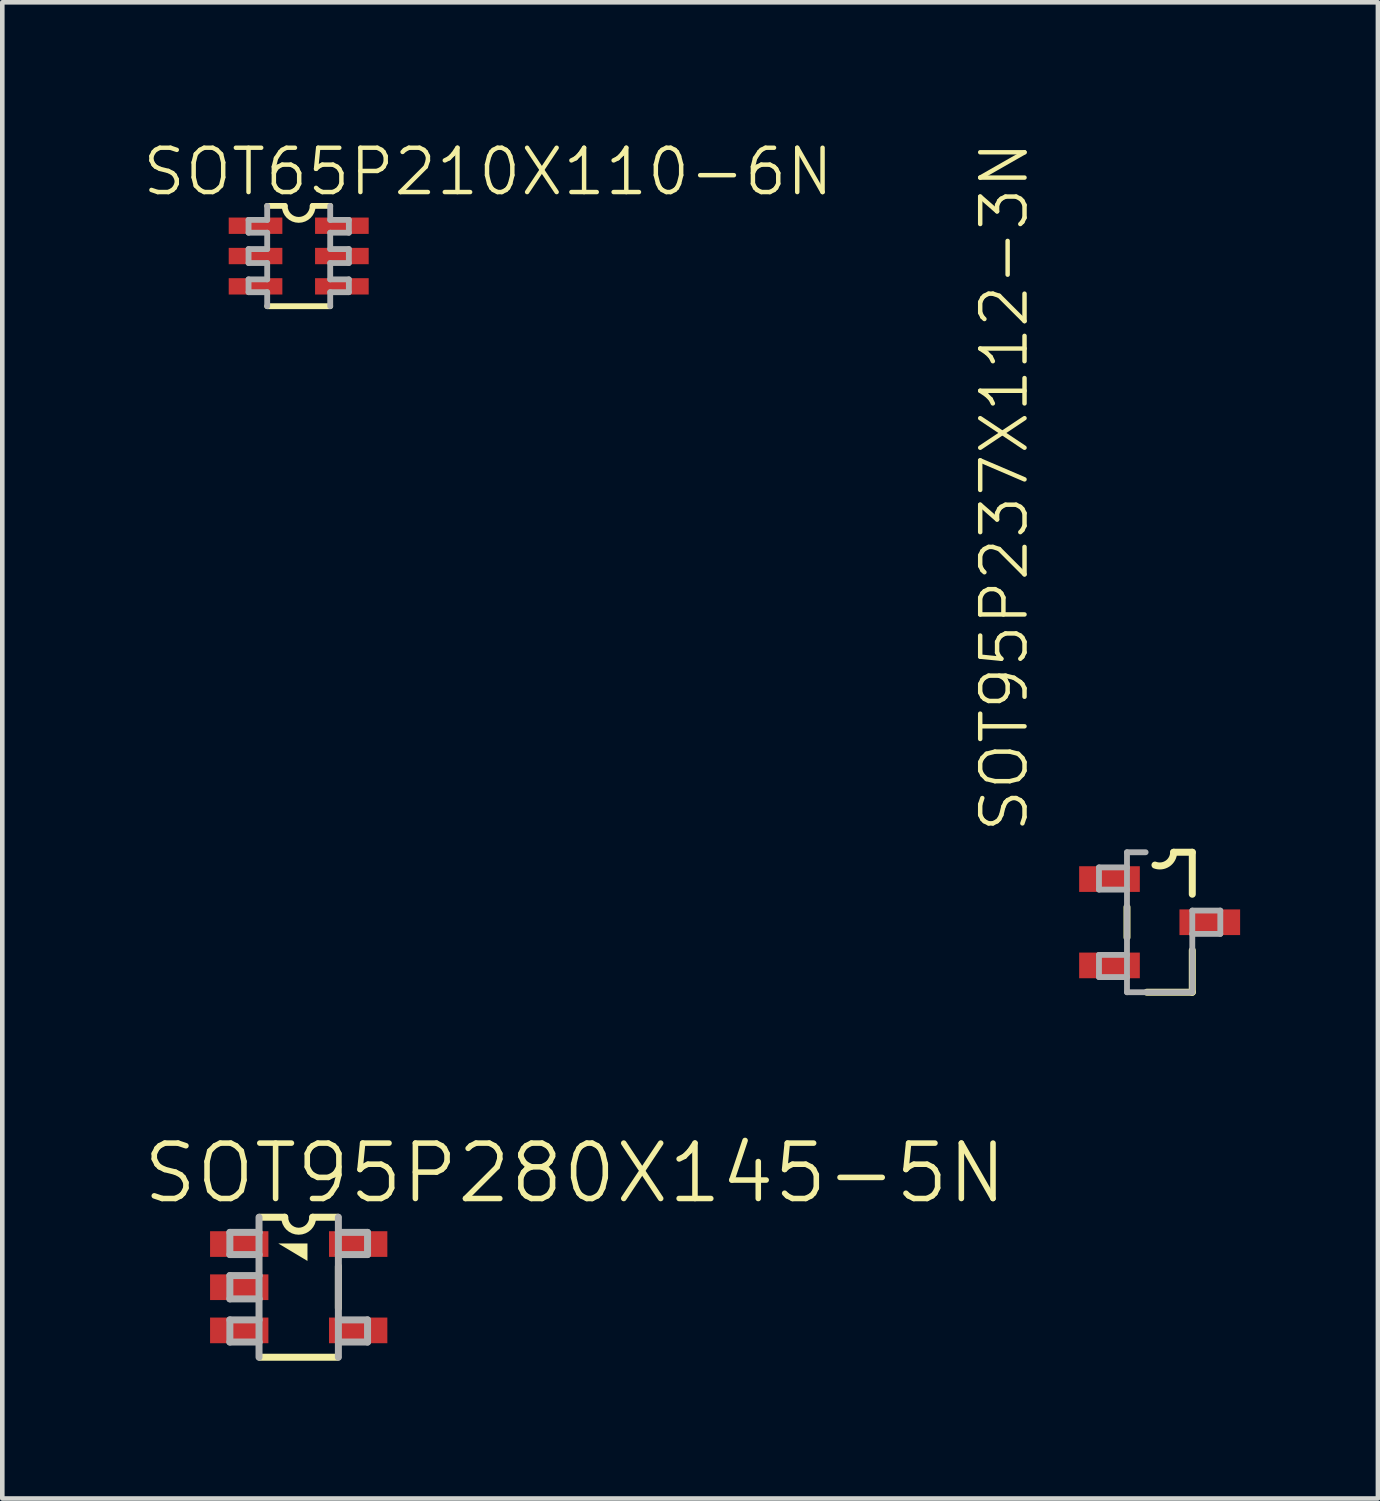
<source format=kicad_pcb>
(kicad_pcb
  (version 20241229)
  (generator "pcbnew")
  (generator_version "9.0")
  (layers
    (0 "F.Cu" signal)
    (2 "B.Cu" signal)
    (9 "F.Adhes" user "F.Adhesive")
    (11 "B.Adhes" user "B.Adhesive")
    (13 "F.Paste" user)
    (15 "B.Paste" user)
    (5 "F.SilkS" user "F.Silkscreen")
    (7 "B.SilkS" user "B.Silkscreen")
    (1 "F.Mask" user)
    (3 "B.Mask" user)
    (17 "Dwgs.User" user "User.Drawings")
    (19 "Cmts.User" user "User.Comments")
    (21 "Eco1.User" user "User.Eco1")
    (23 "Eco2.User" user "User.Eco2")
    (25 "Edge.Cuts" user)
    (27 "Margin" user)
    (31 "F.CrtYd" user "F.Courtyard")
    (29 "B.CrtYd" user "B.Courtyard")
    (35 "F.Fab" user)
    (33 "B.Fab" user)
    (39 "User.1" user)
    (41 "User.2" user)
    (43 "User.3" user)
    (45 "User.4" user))
  (footprint "SOT95P280X145-5N"
    (layer "F.Cu")
    (at 3.454 24.978)
    (property "Reference" "SOT95P280X145-5N" (at -3.454 -1.778 0) (layer "F.SilkS") (effects (font (size 1.206 1.206) (thickness 0.121)) (justify left bottom)))
    (attr through_hole)
    (fp_line (start -0.851 1.524) (end 0.851 1.524) (stroke (width 0.152) (type solid)) (layer "F.SilkS"))
    (fp_line (start -0.305 -1.524) (end -0.851 -1.524) (stroke (width 0.152) (type solid)) (layer "F.SilkS"))
    (fp_line (start 0.851 -1.524) (end 0.305 -1.524) (stroke (width 0.152) (type solid)) (layer "F.SilkS"))
    (fp_line (start 0.864 0.457) (end 0.864 -0.457) (stroke (width 0.152) (type solid)) (layer "F.SilkS"))
    (fp_arc (start 0.3048 -1.524) (mid 0 -1.2192) (end -0.3048 -1.524) (stroke (width 0.1524) (type solid)) (layer "F.SilkS"))
    (fp_poly (pts (xy -0.445 -0.953) (xy 0.191 -0.953) (xy 0.191 -0.572)) (stroke (width 0) (type solid)) (fill yes) (layer "F.SilkS"))
    (fp_line (start -1.499 -1.194) (end -1.499 -0.711) (stroke (width 0.152) (type solid)) (layer "F.Fab"))
    (fp_line (start -1.499 -0.711) (end -0.864 -0.711) (stroke (width 0.152) (type solid)) (layer "F.Fab"))
    (fp_line (start -1.499 -0.254) (end -1.499 0.254) (stroke (width 0.152) (type solid)) (layer "F.Fab"))
    (fp_line (start -1.499 0.254) (end -0.864 0.254) (stroke (width 0.152) (type solid)) (layer "F.Fab"))
    (fp_line (start -1.499 0.711) (end -1.499 1.194) (stroke (width 0.152) (type solid)) (layer "F.Fab"))
    (fp_line (start -1.499 1.194) (end -0.864 1.194) (stroke (width 0.152) (type solid)) (layer "F.Fab"))
    (fp_line (start -0.864 -1.524) (end -0.864 -1.194) (stroke (width 0.152) (type solid)) (layer "F.Fab"))
    (fp_line (start -0.864 -1.194) (end -1.499 -1.194) (stroke (width 0.152) (type solid)) (layer "F.Fab"))
    (fp_line (start -0.864 -1.194) (end -0.864 -0.711) (stroke (width 0.152) (type solid)) (layer "F.Fab"))
    (fp_line (start -0.864 -0.711) (end -0.864 -0.254) (stroke (width 0.152) (type solid)) (layer "F.Fab"))
    (fp_line (start -0.864 -0.254) (end -1.499 -0.254) (stroke (width 0.152) (type solid)) (layer "F.Fab"))
    (fp_line (start -0.864 -0.254) (end -0.864 0.254) (stroke (width 0.152) (type solid)) (layer "F.Fab"))
    (fp_line (start -0.864 0.254) (end -0.864 0.711) (stroke (width 0.152) (type solid)) (layer "F.Fab"))
    (fp_line (start -0.864 0.711) (end -1.499 0.711) (stroke (width 0.152) (type solid)) (layer "F.Fab"))
    (fp_line (start -0.864 1.194) (end -0.864 0.711) (stroke (width 0.152) (type solid)) (layer "F.Fab"))
    (fp_line (start -0.864 1.524) (end -0.864 1.194) (stroke (width 0.152) (type solid)) (layer "F.Fab"))
    (fp_line (start 0.864 -1.524) (end 0.864 -1.194) (stroke (width 0.152) (type solid)) (layer "F.Fab"))
    (fp_line (start 0.864 -1.194) (end 0.864 -0.711) (stroke (width 0.152) (type solid)) (layer "F.Fab"))
    (fp_line (start 0.864 -0.711) (end 1.499 -0.711) (stroke (width 0.152) (type solid)) (layer "F.Fab"))
    (fp_line (start 0.864 0.711) (end 0.864 -0.711) (stroke (width 0.152) (type solid)) (layer "F.Fab"))
    (fp_line (start 0.864 1.194) (end 0.864 0.711) (stroke (width 0.152) (type solid)) (layer "F.Fab"))
    (fp_line (start 0.864 1.194) (end 1.499 1.194) (stroke (width 0.152) (type solid)) (layer "F.Fab"))
    (fp_line (start 0.864 1.524) (end 0.864 1.194) (stroke (width 0.152) (type solid)) (layer "F.Fab"))
    (fp_line (start 1.499 -1.194) (end 0.864 -1.194) (stroke (width 0.152) (type solid)) (layer "F.Fab"))
    (fp_line (start 1.499 -0.711) (end 1.499 -1.194) (stroke (width 0.152) (type solid)) (layer "F.Fab"))
    (fp_line (start 1.499 0.711) (end 0.864 0.711) (stroke (width 0.152) (type solid)) (layer "F.Fab"))
    (fp_line (start 1.499 1.194) (end 1.499 0.711) (stroke (width 0.152) (type solid)) (layer "F.Fab"))
    (pad "1" smd rect (at -1.295 -0.94) (size 1.27 0.559) (layers "F.Cu" "F.Mask" "F.Paste"))
    (pad "2" smd rect (at -1.295 0) (size 1.27 0.559) (layers "F.Cu" "F.Mask" "F.Paste"))
    (pad "3" smd rect (at -1.295 0.94) (size 1.27 0.559) (layers "F.Cu" "F.Mask" "F.Paste"))
    (pad "4" smd rect (at 1.295 0.94) (size 1.27 0.559) (layers "F.Cu" "F.Mask" "F.Paste"))
    (pad "5" smd rect (at 1.295 -0.94) (size 1.27 0.559) (layers "F.Cu" "F.Mask" "F.Paste")))
  (footprint "SOT95P237X112-3N"
    (layer "F.Cu")
    (at 22.2 17.031)
    (property "Reference" "SOT95P237X112-3N" (at -2.819 -1.905 90) (layer "F.SilkS") (effects (font (size 0.965 0.965) (thickness 0.097)) (justify left bottom)))
    (attr through_hole)
    (fp_line (start -0.711 -0.33) (end -0.711 0.33) (stroke (width 0.152) (type solid)) (layer "F.SilkS"))
    (fp_line (start -0.279 1.524) (end 0.711 1.524) (stroke (width 0.152) (type solid)) (layer "F.SilkS"))
    (fp_line (start 0.711 -1.524) (end 0.305 -1.524) (stroke (width 0.152) (type solid)) (layer "F.SilkS"))
    (fp_line (start 0.711 -0.61) (end 0.711 -1.524) (stroke (width 0.152) (type solid)) (layer "F.SilkS"))
    (fp_line (start 0.711 1.524) (end 0.711 0.61) (stroke (width 0.152) (type solid)) (layer "F.SilkS"))
    (fp_arc (start 0.3048 -1.524) (mid 0.174323 -1.278521) (end -0.1016 -1.2446) (stroke (width 0.1524) (type solid)) (layer "F.SilkS"))
    (fp_line (start -1.321 -1.194) (end -1.321 -0.711) (stroke (width 0.127) (type solid)) (layer "F.Fab"))
    (fp_line (start -1.321 -0.711) (end -0.711 -0.711) (stroke (width 0.127) (type solid)) (layer "F.Fab"))
    (fp_line (start -1.321 0.711) (end -1.321 1.194) (stroke (width 0.127) (type solid)) (layer "F.Fab"))
    (fp_line (start -1.321 1.194) (end -0.711 1.194) (stroke (width 0.127) (type solid)) (layer "F.Fab"))
    (fp_line (start -0.711 -1.524) (end -0.711 -1.194) (stroke (width 0.127) (type solid)) (layer "F.Fab"))
    (fp_line (start -0.711 -1.194) (end -1.321 -1.194) (stroke (width 0.127) (type solid)) (layer "F.Fab"))
    (fp_line (start -0.711 -1.194) (end -0.711 -0.711) (stroke (width 0.127) (type solid)) (layer "F.Fab"))
    (fp_line (start -0.711 -0.711) (end -0.711 0.711) (stroke (width 0.127) (type solid)) (layer "F.Fab"))
    (fp_line (start -0.711 0.711) (end -1.321 0.711) (stroke (width 0.127) (type solid)) (layer "F.Fab"))
    (fp_line (start -0.711 1.194) (end -0.711 0.711) (stroke (width 0.127) (type solid)) (layer "F.Fab"))
    (fp_line (start -0.711 1.524) (end -0.711 1.194) (stroke (width 0.127) (type solid)) (layer "F.Fab"))
    (fp_line (start -0.711 1.524) (end 0.711 1.524) (stroke (width 0.127) (type solid)) (layer "F.Fab"))
    (fp_line (start -0.305 -1.524) (end -0.711 -1.524) (stroke (width 0.127) (type solid)) (layer "F.Fab"))
    (fp_line (start 0.711 0.254) (end 0.711 -0.254) (stroke (width 0.127) (type solid)) (layer "F.Fab"))
    (fp_line (start 0.711 0.254) (end 1.321 0.254) (stroke (width 0.127) (type solid)) (layer "F.Fab"))
    (fp_line (start 0.711 1.524) (end 0.711 0.254) (stroke (width 0.127) (type solid)) (layer "F.Fab"))
    (fp_line (start 1.321 -0.254) (end 0.711 -0.254) (stroke (width 0.127) (type solid)) (layer "F.Fab"))
    (fp_line (start 1.321 0.254) (end 1.321 -0.254) (stroke (width 0.127) (type solid)) (layer "F.Fab"))
    (pad "1" smd rect (at -1.092 -0.94) (size 1.321 0.559) (layers "F.Cu" "F.Mask" "F.Paste"))
    (pad "2" smd rect (at -1.092 0.94) (size 1.321 0.559) (layers "F.Cu" "F.Mask" "F.Paste"))
    (pad "3" smd rect (at 1.092 0) (size 1.321 0.559) (layers "F.Cu" "F.Mask" "F.Paste")))
  (footprint "SOT65P210X110-6N"
    (layer "F.Cu")
    (at 3.454 2.525)
    (property "Reference" "SOT65P210X110-6N" (at -3.454 -1.27 0) (layer "F.SilkS") (effects (font (size 0.965 0.965) (thickness 0.097)) (justify left bottom)))
    (attr through_hole)
    (fp_line (start -0.686 1.092) (end 0.686 1.092) (stroke (width 0.127) (type solid)) (layer "F.SilkS"))
    (fp_line (start -0.305 -1.092) (end -0.686 -1.092) (stroke (width 0.127) (type solid)) (layer "F.SilkS"))
    (fp_line (start 0.686 -1.092) (end 0.305 -1.092) (stroke (width 0.127) (type solid)) (layer "F.SilkS"))
    (fp_arc (start 0.3048 -1.0922) (mid 0 -0.7874) (end -0.3048 -1.0922) (stroke (width 0.127) (type solid)) (layer "F.SilkS"))
    (fp_line (start -1.092 -0.787) (end -1.092 -0.508) (stroke (width 0.127) (type solid)) (layer "F.Fab"))
    (fp_line (start -1.092 -0.508) (end -0.686 -0.508) (stroke (width 0.127) (type solid)) (layer "F.Fab"))
    (fp_line (start -1.092 -0.152) (end -1.092 0.152) (stroke (width 0.127) (type solid)) (layer "F.Fab"))
    (fp_line (start -1.092 0.152) (end -0.686 0.152) (stroke (width 0.127) (type solid)) (layer "F.Fab"))
    (fp_line (start -1.092 0.508) (end -1.092 0.787) (stroke (width 0.127) (type solid)) (layer "F.Fab"))
    (fp_line (start -1.092 0.787) (end -0.686 0.787) (stroke (width 0.127) (type solid)) (layer "F.Fab"))
    (fp_line (start -0.686 -1.092) (end -0.686 -0.787) (stroke (width 0.127) (type solid)) (layer "F.Fab"))
    (fp_line (start -0.686 -0.787) (end -1.092 -0.787) (stroke (width 0.127) (type solid)) (layer "F.Fab"))
    (fp_line (start -0.686 -0.508) (end -0.686 -0.152) (stroke (width 0.127) (type solid)) (layer "F.Fab"))
    (fp_line (start -0.686 -0.152) (end -1.092 -0.152) (stroke (width 0.127) (type solid)) (layer "F.Fab"))
    (fp_line (start -0.686 0.152) (end -0.686 0.508) (stroke (width 0.127) (type solid)) (layer "F.Fab"))
    (fp_line (start -0.686 0.508) (end -1.092 0.508) (stroke (width 0.127) (type solid)) (layer "F.Fab"))
    (fp_line (start -0.686 0.787) (end -0.686 1.092) (stroke (width 0.127) (type solid)) (layer "F.Fab"))
    (fp_line (start 0.686 -0.787) (end 0.686 -1.092) (stroke (width 0.127) (type solid)) (layer "F.Fab"))
    (fp_line (start 0.686 -0.508) (end 1.092 -0.508) (stroke (width 0.127) (type solid)) (layer "F.Fab"))
    (fp_line (start 0.686 -0.152) (end 0.686 -0.508) (stroke (width 0.127) (type solid)) (layer "F.Fab"))
    (fp_line (start 0.686 0.152) (end 1.092 0.152) (stroke (width 0.127) (type solid)) (layer "F.Fab"))
    (fp_line (start 0.686 0.508) (end 0.686 0.152) (stroke (width 0.127) (type solid)) (layer "F.Fab"))
    (fp_line (start 0.686 0.787) (end 1.092 0.787) (stroke (width 0.127) (type solid)) (layer "F.Fab"))
    (fp_line (start 0.686 1.092) (end 0.686 0.787) (stroke (width 0.127) (type solid)) (layer "F.Fab"))
    (fp_line (start 1.092 -0.787) (end 0.686 -0.787) (stroke (width 0.127) (type solid)) (layer "F.Fab"))
    (fp_line (start 1.092 -0.508) (end 1.092 -0.787) (stroke (width 0.127) (type solid)) (layer "F.Fab"))
    (fp_line (start 1.092 -0.152) (end 0.686 -0.152) (stroke (width 0.127) (type solid)) (layer "F.Fab"))
    (fp_line (start 1.092 0.152) (end 1.092 -0.152) (stroke (width 0.127) (type solid)) (layer "F.Fab"))
    (fp_line (start 1.092 0.508) (end 0.686 0.508) (stroke (width 0.127) (type solid)) (layer "F.Fab"))
    (fp_line (start 1.092 0.787) (end 1.092 0.508) (stroke (width 0.127) (type solid)) (layer "F.Fab"))
    (pad "1" smd rect (at -0.94 -0.66) (size 1.168 0.356) (layers "F.Cu" "F.Mask" "F.Paste"))
    (pad "2" smd rect (at -0.94 0) (size 1.168 0.356) (layers "F.Cu" "F.Mask" "F.Paste"))
    (pad "3" smd rect (at -0.94 0.66) (size 1.168 0.356) (layers "F.Cu" "F.Mask" "F.Paste"))
    (pad "4" smd rect (at 0.94 0.66) (size 1.168 0.356) (layers "F.Cu" "F.Mask" "F.Paste"))
    (pad "5" smd rect (at 0.94 0) (size 1.168 0.356) (layers "F.Cu" "F.Mask" "F.Paste"))
    (pad "6" smd rect (at 0.94 -0.66) (size 1.168 0.356) (layers "F.Cu" "F.Mask" "F.Paste")))
  (gr_rect
    (start -3 -3)
    (end 26.953 29.578)
    (stroke (width 0.1) (type default))
    (fill no)
    (layer "Edge.Cuts")))
</source>
